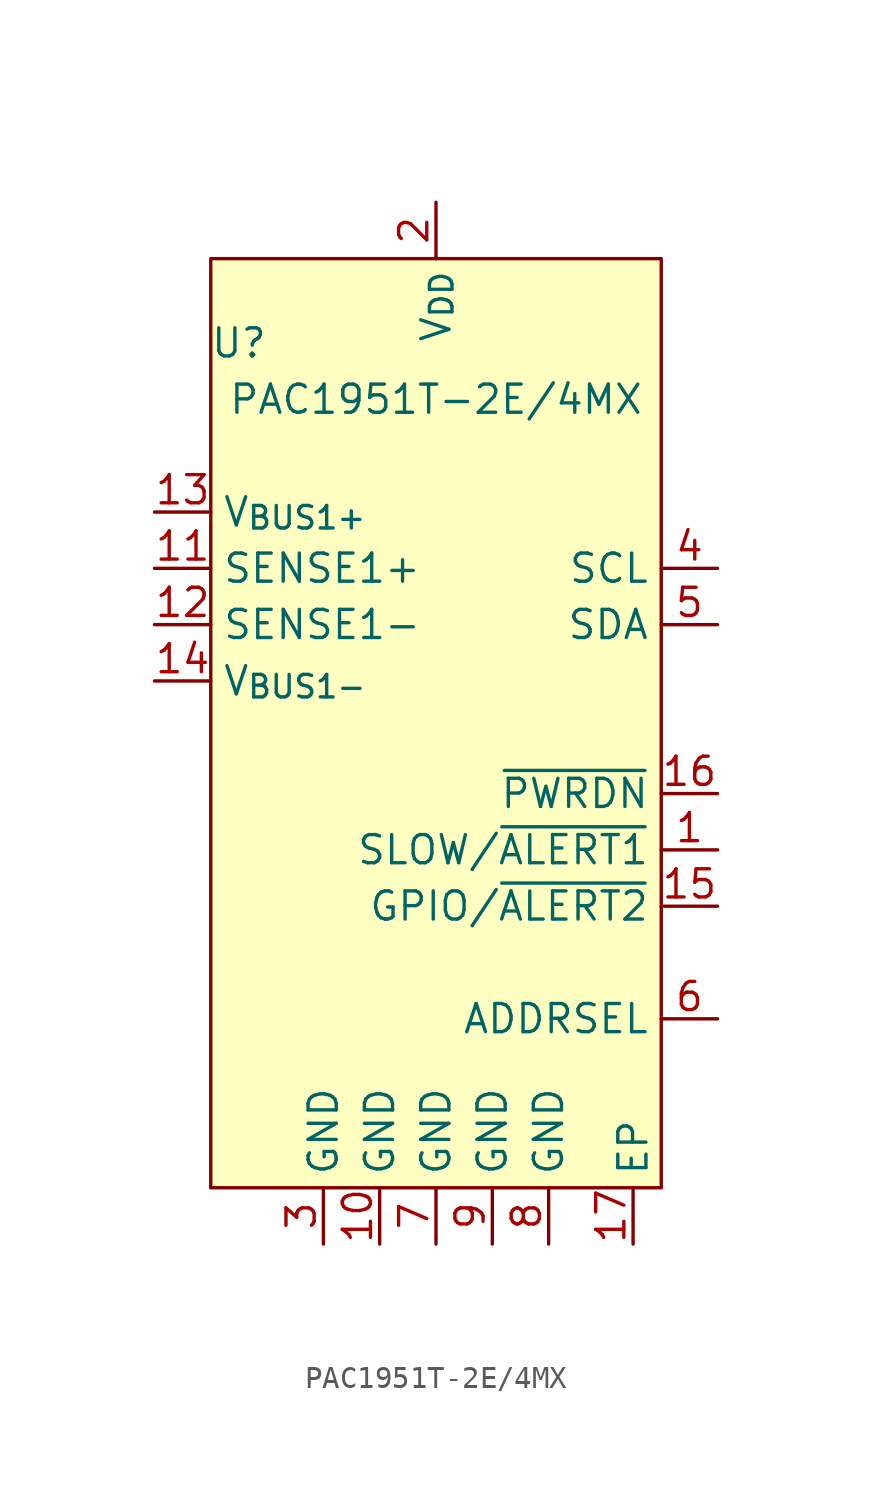
<source format=kicad_sym>
(kicad_symbol_lib
  (version 20231120)
  (generator "kicad_symbol_editor")
  (generator_version "8.0")
  (symbol "PAC1951T-2E/4MX"
    (property "Reference" "U"
      (at -8.89 20.32 0)
      (effects (font (size 1.27 1.27))))
    (property "Value" "PAC1951T-2E/4MX"
      (at 0 17.78 0)
      (effects (font (size 1.27 1.27))))
    (symbol "PAC1951T-2E/4MX_0_0"
      (pin input line (at 12.7 -2.54 180) (length 2.54) (name "SLOW/~{ALERT1}" (effects (font (size 1.27 1.27)))) (number "1" (effects (font (size 1.27 1.27)))) (alternate "GPIO" bidirectional line) (alternate "~{ALERT1}" open_collector line))
      (pin power_in line (at -2.54 -20.32 90) (length 2.54) (name "GND" (effects (font (size 1.27 1.27)))) (number "10" (effects (font (size 1.27 1.27)))))
      (pin input line (at -12.7 10.16 0) (length 2.54) (name "SENSE1+" (effects (font (size 1.27 1.27)))) (number "11" (effects (font (size 1.27 1.27)))))
      (pin input line (at -12.7 7.62 0) (length 2.54) (name "SENSE1-" (effects (font (size 1.27 1.27)))) (number "12" (effects (font (size 1.27 1.27)))))
      (pin input line (at -12.7 12.7 0) (length 2.54) (name "V_{BUS1+}" (effects (font (size 1.27 1.27)))) (number "13" (effects (font (size 1.27 1.27)))))
      (pin input line (at -12.7 5.08 0) (length 2.54) (name "V_{BUS1-}" (effects (font (size 1.27 1.27)))) (number "14" (effects (font (size 1.27 1.27)))))
      (pin bidirectional line (at 12.7 -5.08 180) (length 2.54) (name "GPIO/~{ALERT2}" (effects (font (size 1.27 1.27)))) (number "15" (effects (font (size 1.27 1.27)))) (alternate "~{ALERT2}" open_collector line))
      (pin input line (at 12.7 0 180) (length 2.54) (name "~{PWRDN}" (effects (font (size 1.27 1.27)))) (number "16" (effects (font (size 1.27 1.27)))))
      (pin passive line (at 8.89 -20.32 90) (length 2.54) (name "EP" (effects (font (size 1.27 1.27)))) (number "17" (effects (font (size 1.27 1.27)))))
      (pin power_in line (at 0 26.67 270) (length 2.54) (name "V_{DD}" (effects (font (size 1.27 1.27)))) (number "2" (effects (font (size 1.27 1.27)))))
      (pin power_in line (at -5.08 -20.32 90) (length 2.54) (name "GND" (effects (font (size 1.27 1.27)))) (number "3" (effects (font (size 1.27 1.27)))))
      (pin input line (at 12.7 10.16 180) (length 2.54) (name "SCL" (effects (font (size 1.27 1.27)))) (number "4" (effects (font (size 1.27 1.27)))) (alternate "SM_CLK" input line))
      (pin bidirectional line (at 12.7 7.62 180) (length 2.54) (name "SDA" (effects (font (size 1.27 1.27)))) (number "5" (effects (font (size 1.27 1.27)))) (alternate "SM_DATA" bidirectional line))
      (pin passive line (at 12.7 -10.16 180) (length 2.54) (name "ADDRSEL" (effects (font (size 1.27 1.27)))) (number "6" (effects (font (size 1.27 1.27)))))
      (pin power_in line (at 0 -20.32 90) (length 2.54) (name "GND" (effects (font (size 1.27 1.27)))) (number "7" (effects (font (size 1.27 1.27)))))
      (pin power_in line (at 5.08 -20.32 90) (length 2.54) (name "GND" (effects (font (size 1.27 1.27)))) (number "8" (effects (font (size 1.27 1.27)))))
      (pin power_in line (at 2.54 -20.32 90) (length 2.54) (name "GND" (effects (font (size 1.27 1.27)))) (number "9" (effects (font (size 1.27 1.27))))))
    (symbol "PAC1951T-2E/4MX_0_1"
      (rectangle (start -10.16 24.13) (end 10.16 -17.78) (stroke (width 0) (type default)) (fill (type background))))))
</source>
